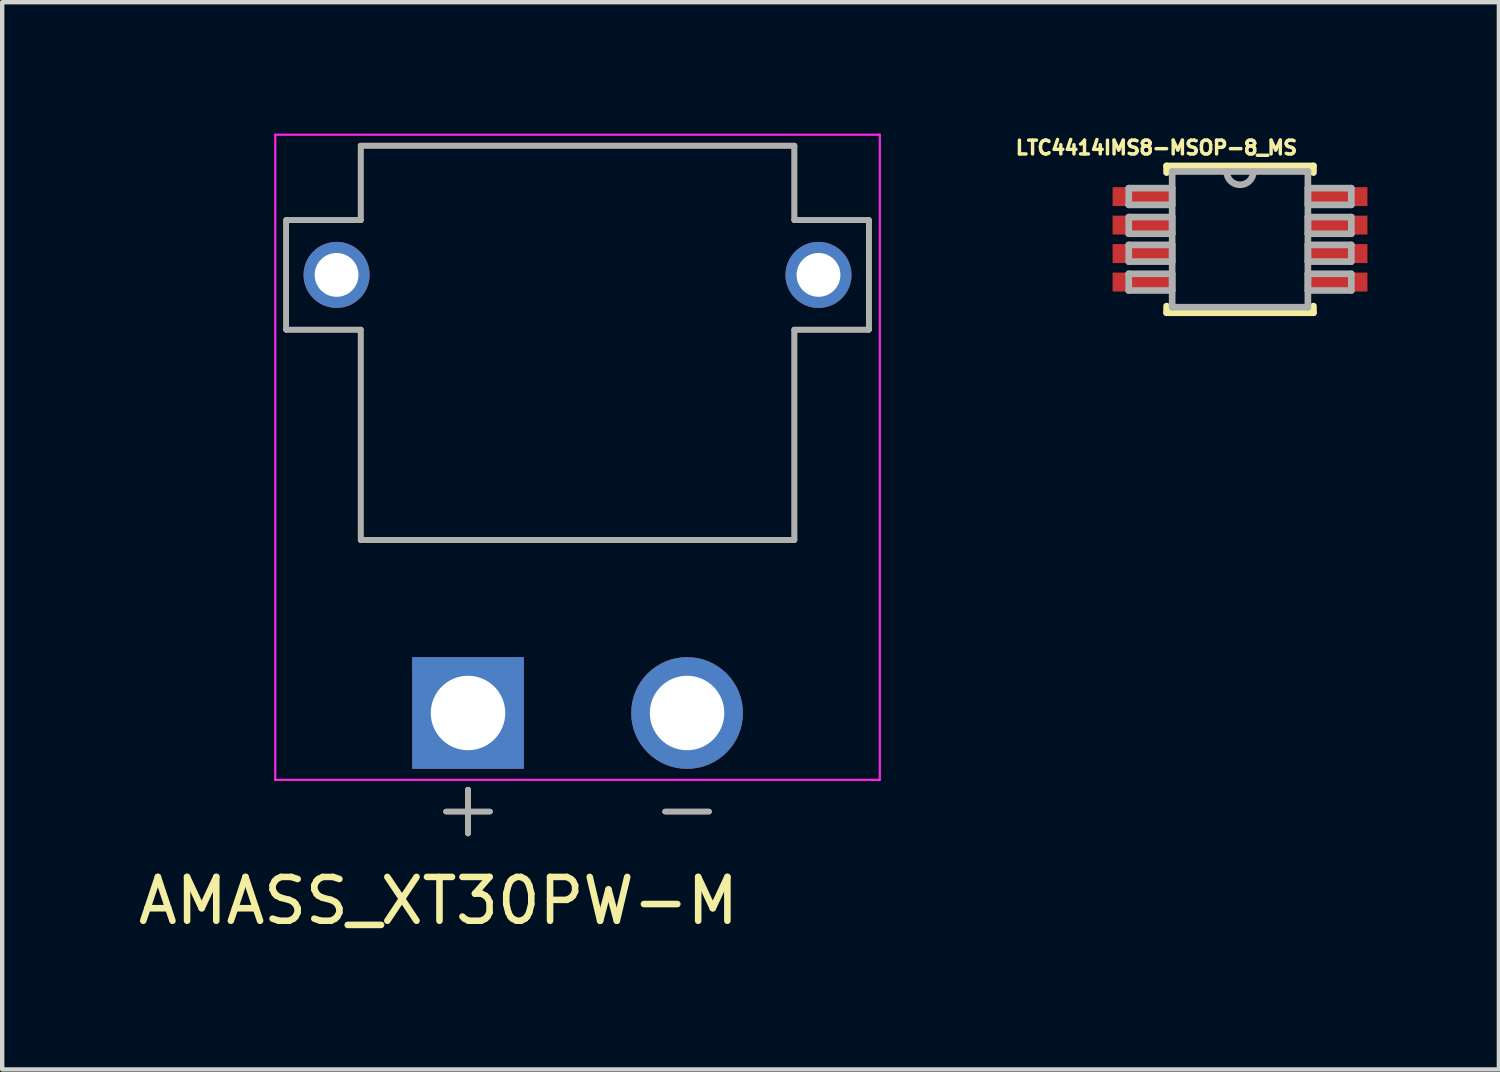
<source format=kicad_pcb>
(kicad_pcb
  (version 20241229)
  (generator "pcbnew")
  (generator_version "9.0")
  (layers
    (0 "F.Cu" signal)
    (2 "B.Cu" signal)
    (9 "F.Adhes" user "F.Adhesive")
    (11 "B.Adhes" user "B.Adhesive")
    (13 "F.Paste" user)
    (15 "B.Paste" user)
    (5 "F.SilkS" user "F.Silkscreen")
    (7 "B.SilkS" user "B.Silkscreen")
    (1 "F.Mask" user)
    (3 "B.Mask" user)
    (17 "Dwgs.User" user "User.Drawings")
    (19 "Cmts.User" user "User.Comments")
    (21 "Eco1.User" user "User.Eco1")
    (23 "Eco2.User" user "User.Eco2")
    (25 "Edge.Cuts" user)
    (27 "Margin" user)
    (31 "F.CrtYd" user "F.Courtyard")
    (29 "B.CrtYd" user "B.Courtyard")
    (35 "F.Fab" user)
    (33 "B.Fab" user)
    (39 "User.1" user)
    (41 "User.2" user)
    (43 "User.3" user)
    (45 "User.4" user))
  (footprint "AMASS_XT30PW-M"
    (layer "F.Cu")
    (at 10.133 3.225)
    (property "Reference" "AMASS_XT30PW-M" (at -3.175 14.287 0) (layer "F.SilkS") (effects (font (size 1 1) (thickness 0.15))))
    (attr through_hole)
    (fp_line (start -6.65 -1.25) (end -4.95 -1.25) (stroke (width 0.127) (type solid)) (layer "F.SilkS"))
    (fp_line (start -6.65 1.25) (end -6.65 -1.25) (stroke (width 0.127) (type solid)) (layer "F.SilkS"))
    (fp_line (start -4.95 -2.95) (end 4.95 -2.95) (stroke (width 0.127) (type solid)) (layer "F.SilkS"))
    (fp_line (start -4.95 -1.25) (end -4.95 -2.95) (stroke (width 0.127) (type solid)) (layer "F.SilkS"))
    (fp_line (start -4.95 1.25) (end -6.65 1.25) (stroke (width 0.127) (type solid)) (layer "F.SilkS"))
    (fp_line (start -4.95 6.05) (end -4.95 1.25) (stroke (width 0.127) (type solid)) (layer "F.SilkS"))
    (fp_line (start -3 12.25) (end -2 12.25) (stroke (width 0.127) (type solid)) (layer "F.SilkS"))
    (fp_line (start -2.5 12.75) (end -2.5 11.75) (stroke (width 0.127) (type solid)) (layer "F.SilkS"))
    (fp_line (start 2 12.25) (end 3 12.25) (stroke (width 0.127) (type solid)) (layer "F.SilkS"))
    (fp_line (start 4.95 -2.95) (end 4.95 -1.25) (stroke (width 0.127) (type solid)) (layer "F.SilkS"))
    (fp_line (start 4.95 -1.25) (end 6.65 -1.25) (stroke (width 0.127) (type solid)) (layer "F.SilkS"))
    (fp_line (start 4.95 1.25) (end 4.95 6.05) (stroke (width 0.127) (type solid)) (layer "F.SilkS"))
    (fp_line (start 4.95 6.05) (end -4.95 6.05) (stroke (width 0.127) (type solid)) (layer "F.SilkS"))
    (fp_line (start 6.65 -1.25) (end 6.65 1.25) (stroke (width 0.127) (type solid)) (layer "F.SilkS"))
    (fp_line (start 6.65 1.25) (end 4.95 1.25) (stroke (width 0.127) (type solid)) (layer "F.SilkS"))
    (fp_line (start -6.9 -3.2) (end -6.9 11.525) (stroke (width 0.05) (type solid)) (layer "F.CrtYd"))
    (fp_line (start -6.9 11.525) (end 6.9 11.525) (stroke (width 0.05) (type solid)) (layer "F.CrtYd"))
    (fp_line (start 6.9 -3.2) (end -6.9 -3.2) (stroke (width 0.05) (type solid)) (layer "F.CrtYd"))
    (fp_line (start 6.9 11.525) (end 6.9 -3.2) (stroke (width 0.05) (type solid)) (layer "F.CrtYd"))
    (fp_line (start -6.65 -1.25) (end -4.95 -1.25) (stroke (width 0.127) (type solid)) (layer "F.Fab"))
    (fp_line (start -6.65 1.25) (end -6.65 -1.25) (stroke (width 0.127) (type solid)) (layer "F.Fab"))
    (fp_line (start -4.95 -2.95) (end 4.95 -2.95) (stroke (width 0.127) (type solid)) (layer "F.Fab"))
    (fp_line (start -4.95 -1.25) (end -4.95 -2.95) (stroke (width 0.127) (type solid)) (layer "F.Fab"))
    (fp_line (start -4.95 1.25) (end -6.65 1.25) (stroke (width 0.127) (type solid)) (layer "F.Fab"))
    (fp_line (start -4.95 6.05) (end -4.95 1.25) (stroke (width 0.127) (type solid)) (layer "F.Fab"))
    (fp_line (start -3 12.25) (end -2 12.25) (stroke (width 0.127) (type solid)) (layer "F.Fab"))
    (fp_line (start -2.5 12.75) (end -2.5 11.75) (stroke (width 0.127) (type solid)) (layer "F.Fab"))
    (fp_line (start 2 12.25) (end 3 12.25) (stroke (width 0.127) (type solid)) (layer "F.Fab"))
    (fp_line (start 4.95 -2.95) (end 4.95 -1.25) (stroke (width 0.127) (type solid)) (layer "F.Fab"))
    (fp_line (start 4.95 -1.25) (end 6.65 -1.25) (stroke (width 0.127) (type solid)) (layer "F.Fab"))
    (fp_line (start 4.95 1.25) (end 4.95 6.05) (stroke (width 0.127) (type solid)) (layer "F.Fab"))
    (fp_line (start 4.95 6.05) (end -4.95 6.05) (stroke (width 0.127) (type solid)) (layer "F.Fab"))
    (fp_line (start 6.65 -1.25) (end 6.65 1.25) (stroke (width 0.127) (type solid)) (layer "F.Fab"))
    (fp_line (start 6.65 1.25) (end 4.95 1.25) (stroke (width 0.127) (type solid)) (layer "F.Fab"))
    (pad "N" thru_hole circle (at 2.5 10) (size 2.55 2.55) (drill 1.7) (layers "*.Cu" "*.Mask"))
    (pad "P" thru_hole rect (at -2.5 10) (size 2.55 2.55) (drill 1.7) (layers "*.Cu" "*.Mask"))
    (pad "S1" thru_hole circle (at 5.5 0) (size 1.508 1.508) (drill 1) (layers "*.Cu" "*.Mask"))
    (pad "S2" thru_hole circle (at -5.5 0) (size 1.508 1.508) (drill 1) (layers "*.Cu" "*.Mask")))
  (footprint "LTC4414IMS8-MSOP-8_MS"
    (layer "F.Cu")
    (at 25.255 2.413)
    (property "Reference" "LTC4414IMS8-MSOP-8_MS" (at -1.908 -2.091 0) (layer "F.SilkS") (effects (font (size 0.315 0.315) (thickness 0.079))))
    (attr smd)
    (fp_line (start -1.676 -1.676) (end -1.676 -1.524) (stroke (width 0.152) (type solid)) (layer "F.SilkS"))
    (fp_line (start -1.676 1.524) (end -1.676 1.676) (stroke (width 0.152) (type solid)) (layer "F.SilkS"))
    (fp_line (start -1.676 1.676) (end 1.676 1.676) (stroke (width 0.152) (type solid)) (layer "F.SilkS"))
    (fp_line (start 1.676 -1.676) (end -1.676 -1.676) (stroke (width 0.152) (type solid)) (layer "F.SilkS"))
    (fp_line (start 1.676 -1.524) (end 1.676 -1.676) (stroke (width 0.152) (type solid)) (layer "F.SilkS"))
    (fp_line (start 1.676 1.676) (end 1.676 1.524) (stroke (width 0.152) (type solid)) (layer "F.SilkS"))
    (fp_line (start -2.54 -1.168) (end -2.54 -0.787) (stroke (width 0.152) (type solid)) (layer "F.Fab"))
    (fp_line (start -2.54 -0.787) (end -1.549 -0.787) (stroke (width 0.152) (type solid)) (layer "F.Fab"))
    (fp_line (start -2.54 -0.508) (end -2.54 -0.127) (stroke (width 0.152) (type solid)) (layer "F.Fab"))
    (fp_line (start -2.54 -0.127) (end -1.549 -0.127) (stroke (width 0.152) (type solid)) (layer "F.Fab"))
    (fp_line (start -2.54 0.127) (end -2.54 0.508) (stroke (width 0.152) (type solid)) (layer "F.Fab"))
    (fp_line (start -2.54 0.508) (end -1.549 0.508) (stroke (width 0.152) (type solid)) (layer "F.Fab"))
    (fp_line (start -2.54 0.787) (end -2.54 1.168) (stroke (width 0.152) (type solid)) (layer "F.Fab"))
    (fp_line (start -2.54 1.168) (end -1.549 1.168) (stroke (width 0.152) (type solid)) (layer "F.Fab"))
    (fp_line (start -1.549 -1.549) (end -1.549 1.549) (stroke (width 0.152) (type solid)) (layer "F.Fab"))
    (fp_line (start -1.549 -1.168) (end -2.54 -1.168) (stroke (width 0.152) (type solid)) (layer "F.Fab"))
    (fp_line (start -1.549 -0.787) (end -1.549 -1.168) (stroke (width 0.152) (type solid)) (layer "F.Fab"))
    (fp_line (start -1.549 -0.508) (end -2.54 -0.508) (stroke (width 0.152) (type solid)) (layer "F.Fab"))
    (fp_line (start -1.549 -0.127) (end -1.549 -0.508) (stroke (width 0.152) (type solid)) (layer "F.Fab"))
    (fp_line (start -1.549 0.127) (end -2.54 0.127) (stroke (width 0.152) (type solid)) (layer "F.Fab"))
    (fp_line (start -1.549 0.508) (end -1.549 0.127) (stroke (width 0.152) (type solid)) (layer "F.Fab"))
    (fp_line (start -1.549 0.787) (end -2.54 0.787) (stroke (width 0.152) (type solid)) (layer "F.Fab"))
    (fp_line (start -1.549 1.168) (end -1.549 0.787) (stroke (width 0.152) (type solid)) (layer "F.Fab"))
    (fp_line (start -1.549 1.549) (end 1.549 1.549) (stroke (width 0.152) (type solid)) (layer "F.Fab"))
    (fp_line (start -0.305 -1.549) (end -1.549 -1.549) (stroke (width 0.152) (type solid)) (layer "F.Fab"))
    (fp_line (start 0.305 -1.549) (end -0.305 -1.549) (stroke (width 0.152) (type solid)) (layer "F.Fab"))
    (fp_line (start 1.549 -1.549) (end 0.305 -1.549) (stroke (width 0.152) (type solid)) (layer "F.Fab"))
    (fp_line (start 1.549 -1.168) (end 1.549 -0.787) (stroke (width 0.152) (type solid)) (layer "F.Fab"))
    (fp_line (start 1.549 -0.787) (end 2.54 -0.787) (stroke (width 0.152) (type solid)) (layer "F.Fab"))
    (fp_line (start 1.549 -0.508) (end 1.549 -0.127) (stroke (width 0.152) (type solid)) (layer "F.Fab"))
    (fp_line (start 1.549 -0.127) (end 2.54 -0.127) (stroke (width 0.152) (type solid)) (layer "F.Fab"))
    (fp_line (start 1.549 0.127) (end 1.549 0.508) (stroke (width 0.152) (type solid)) (layer "F.Fab"))
    (fp_line (start 1.549 0.508) (end 2.54 0.508) (stroke (width 0.152) (type solid)) (layer "F.Fab"))
    (fp_line (start 1.549 0.787) (end 1.549 1.168) (stroke (width 0.152) (type solid)) (layer "F.Fab"))
    (fp_line (start 1.549 1.168) (end 2.54 1.168) (stroke (width 0.152) (type solid)) (layer "F.Fab"))
    (fp_line (start 1.549 1.549) (end 1.549 -1.549) (stroke (width 0.152) (type solid)) (layer "F.Fab"))
    (fp_line (start 2.54 -1.168) (end 1.549 -1.168) (stroke (width 0.152) (type solid)) (layer "F.Fab"))
    (fp_line (start 2.54 -0.787) (end 2.54 -1.168) (stroke (width 0.152) (type solid)) (layer "F.Fab"))
    (fp_line (start 2.54 -0.508) (end 1.549 -0.508) (stroke (width 0.152) (type solid)) (layer "F.Fab"))
    (fp_line (start 2.54 -0.127) (end 2.54 -0.508) (stroke (width 0.152) (type solid)) (layer "F.Fab"))
    (fp_line (start 2.54 0.127) (end 1.549 0.127) (stroke (width 0.152) (type solid)) (layer "F.Fab"))
    (fp_line (start 2.54 0.508) (end 2.54 0.127) (stroke (width 0.152) (type solid)) (layer "F.Fab"))
    (fp_line (start 2.54 0.787) (end 1.549 0.787) (stroke (width 0.152) (type solid)) (layer "F.Fab"))
    (fp_line (start 2.54 1.168) (end 2.54 0.787) (stroke (width 0.152) (type solid)) (layer "F.Fab"))
    (fp_arc (start 0.3048 -1.5494) (mid 0 -1.2446) (end -0.3048 -1.5494) (stroke (width 0.1524) (type solid)) (layer "F.Fab"))
    (pad "1" smd rect (at -2.21 -0.975) (size 1.397 0.432) (layers "F.Cu" "F.Mask" "F.Paste"))
    (pad "2" smd rect (at -2.21 -0.325) (size 1.397 0.432) (layers "F.Cu" "F.Mask" "F.Paste"))
    (pad "3" smd rect (at -2.21 0.325) (size 1.397 0.432) (layers "F.Cu" "F.Mask" "F.Paste"))
    (pad "4" smd rect (at -2.21 0.975) (size 1.397 0.432) (layers "F.Cu" "F.Mask" "F.Paste"))
    (pad "5" smd rect (at 2.21 0.975) (size 1.397 0.432) (layers "F.Cu" "F.Mask" "F.Paste"))
    (pad "6" smd rect (at 2.21 0.325) (size 1.397 0.432) (layers "F.Cu" "F.Mask" "F.Paste"))
    (pad "7" smd rect (at 2.21 -0.325) (size 1.397 0.432) (layers "F.Cu" "F.Mask" "F.Paste"))
    (pad "8" smd rect (at 2.21 -0.975) (size 1.397 0.432) (layers "F.Cu" "F.Mask" "F.Paste")))
  (gr_rect
    (start -3 -3)
    (end 31.164 21.361)
    (stroke (width 0.1) (type default))
    (fill no)
    (layer "Edge.Cuts")))
</source>
